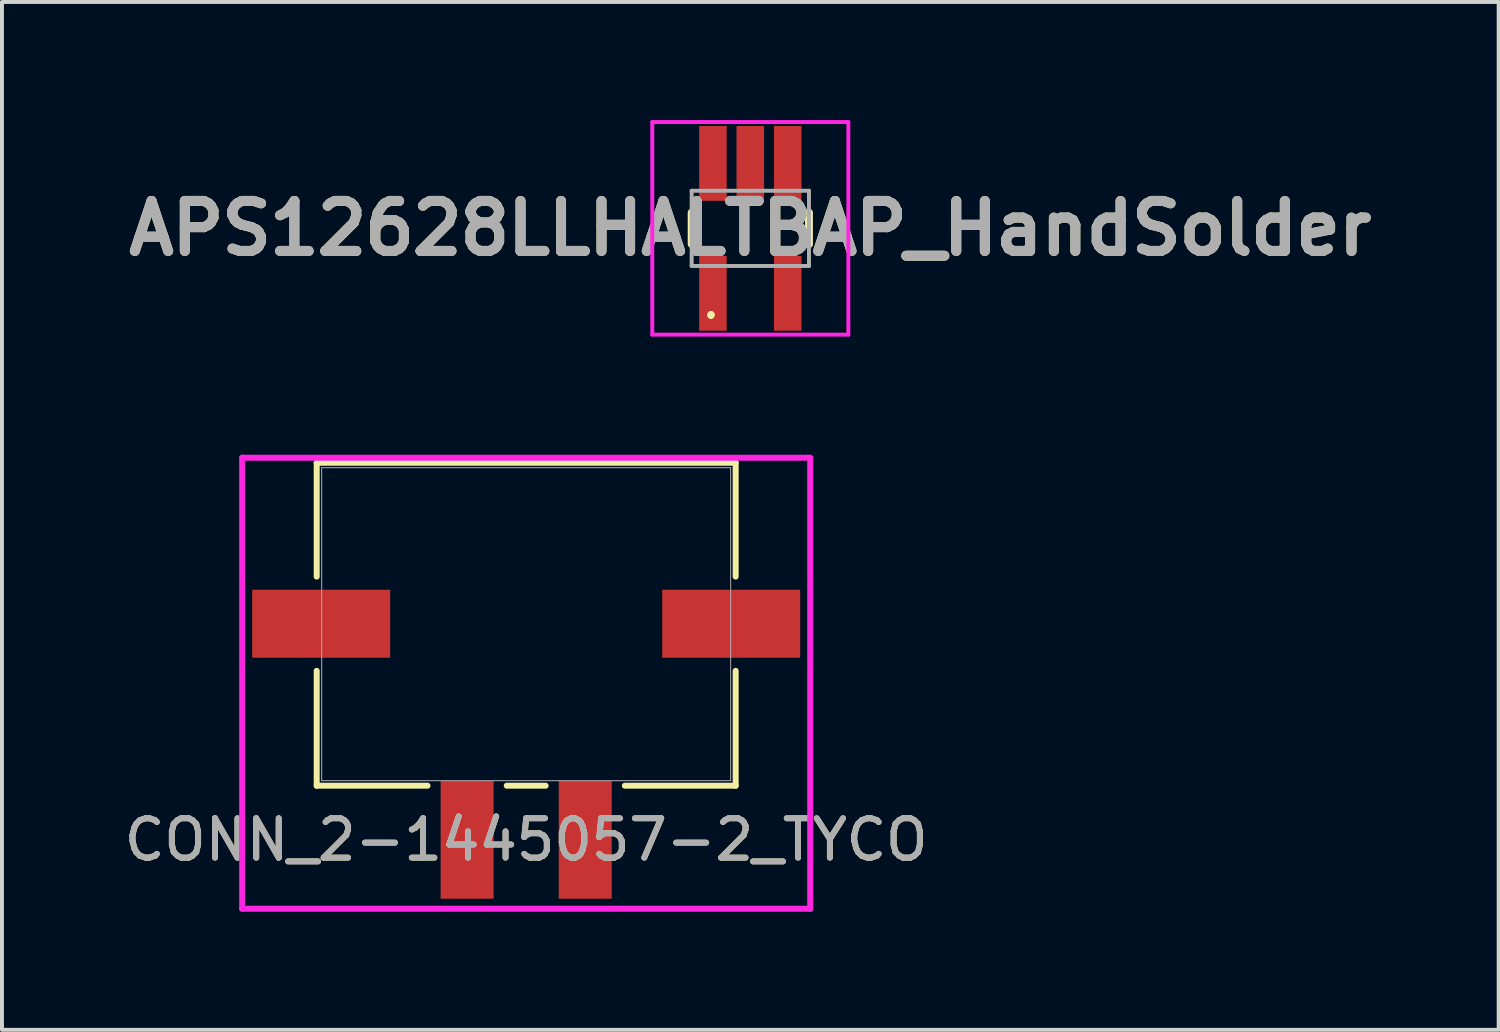
<source format=kicad_pcb>
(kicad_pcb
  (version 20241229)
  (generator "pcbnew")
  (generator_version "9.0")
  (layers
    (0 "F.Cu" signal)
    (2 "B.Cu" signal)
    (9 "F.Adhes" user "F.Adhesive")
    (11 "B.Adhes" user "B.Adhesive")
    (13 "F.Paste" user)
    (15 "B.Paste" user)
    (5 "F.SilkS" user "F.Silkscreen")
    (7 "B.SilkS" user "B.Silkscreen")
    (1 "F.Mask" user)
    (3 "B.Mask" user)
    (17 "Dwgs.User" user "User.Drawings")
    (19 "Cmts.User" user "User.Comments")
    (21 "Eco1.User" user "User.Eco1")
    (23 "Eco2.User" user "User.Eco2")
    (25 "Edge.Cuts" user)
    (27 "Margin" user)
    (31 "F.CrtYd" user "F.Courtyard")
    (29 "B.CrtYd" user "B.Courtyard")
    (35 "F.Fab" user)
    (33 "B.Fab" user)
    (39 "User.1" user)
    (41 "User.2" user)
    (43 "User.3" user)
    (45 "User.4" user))
  (footprint "CONN_2-1445057-2_TYCO"
    (layer "F.Cu")
    (at 8.815 18.279)
    (property "Reference" "CONN_2-1445057-2_TYCO" (at 1.5 0 0) (unlocked yes) (layer "F.SilkS") (effects (font (size 1 1) (thickness 0.15))))
    (attr smd)
    (fp_line (start -3.821 -9.576) (end -3.821 -6.683) (stroke (width 0.152) (type solid)) (layer "F.SilkS"))
    (fp_line (start -3.821 -4.29) (end -3.821 -1.372) (stroke (width 0.152) (type solid)) (layer "F.SilkS"))
    (fp_line (start -3.821 -1.372) (end -1.006 -1.372) (stroke (width 0.152) (type solid)) (layer "F.SilkS"))
    (fp_line (start 1.006 -1.372) (end 1.994 -1.372) (stroke (width 0.152) (type solid)) (layer "F.SilkS"))
    (fp_line (start 4.006 -1.372) (end 6.821 -1.372) (stroke (width 0.152) (type solid)) (layer "F.SilkS"))
    (fp_line (start 6.821 -9.576) (end -3.821 -9.576) (stroke (width 0.152) (type solid)) (layer "F.SilkS"))
    (fp_line (start 6.821 -6.683) (end 6.821 -9.576) (stroke (width 0.152) (type solid)) (layer "F.SilkS"))
    (fp_line (start 6.821 -1.372) (end 6.821 -4.29) (stroke (width 0.152) (type solid)) (layer "F.SilkS"))
    (fp_line (start -5.714 -9.703) (end -5.714 1.753) (stroke (width 0.152) (type solid)) (layer "F.CrtYd"))
    (fp_line (start -5.714 1.753) (end 8.714 1.753) (stroke (width 0.152) (type solid)) (layer "F.CrtYd"))
    (fp_line (start 8.714 -9.703) (end -5.714 -9.703) (stroke (width 0.152) (type solid)) (layer "F.CrtYd"))
    (fp_line (start 8.714 1.753) (end 8.714 -9.703) (stroke (width 0.152) (type solid)) (layer "F.CrtYd"))
    (fp_line (start -3.694 -9.449) (end -3.694 -1.499) (stroke (width 0.025) (type solid)) (layer "F.Fab"))
    (fp_line (start -3.694 -1.499) (end 6.694 -1.499) (stroke (width 0.025) (type solid)) (layer "F.Fab"))
    (fp_line (start 6.694 -9.449) (end -3.694 -9.449) (stroke (width 0.025) (type solid)) (layer "F.Fab"))
    (fp_line (start 6.694 -1.499) (end 6.694 -9.449) (stroke (width 0.025) (type solid)) (layer "F.Fab"))
    (fp_text user "${REFERENCE}" (at 1.5 0 0) (unlocked yes) (layer "F.Fab") (effects (font (size 1 1) (thickness 0.15))))
    (pad "1" smd rect (at 0 0) (size 1.346 2.997) (layers "F.Cu" "F.Mask" "F.Paste"))
    (pad "2" smd rect (at 3 0) (size 1.346 2.997) (layers "F.Cu" "F.Mask" "F.Paste"))
    (pad "7" smd rect (at -3.707 -5.486) (size 3.505 1.727) (layers "F.Cu" "F.Mask" "F.Paste"))
    (pad "8" smd rect (at 6.707 -5.486) (size 3.505 1.727) (layers "F.Cu" "F.Mask" "F.Paste")))
  (footprint "APS12628LLHALTBAP_HandSolder"
    (layer "F.Cu")
    (at 16.008 2.75)
    (property "Reference" "APS12628LLHALTBAP_HandSolder" (at 0 0 0) (layer "F.SilkS") (effects (font (size 1.27 1.27) (thickness 0.254))))
    (attr smd)
    (fp_line (start -1.49 -0.4) (end -1.49 0.4) (stroke (width 0.2) (type solid)) (layer "F.SilkS"))
    (fp_line (start -1 2.15) (end -1 2.15) (stroke (width 0.1) (type solid)) (layer "F.SilkS"))
    (fp_line (start -1 2.25) (end -1 2.25) (stroke (width 0.1) (type solid)) (layer "F.SilkS"))
    (fp_line (start 1.49 -0.4) (end 1.49 0.4) (stroke (width 0.2) (type solid)) (layer "F.SilkS"))
    (fp_arc (start -1 2.15) (mid -0.95 2.2) (end -1 2.25) (stroke (width 0.1) (type solid)) (layer "F.SilkS"))
    (fp_arc (start -1 2.25) (mid -1.05 2.2) (end -1 2.15) (stroke (width 0.1) (type solid)) (layer "F.SilkS"))
    (fp_line (start -2.49 -2.7) (end 2.49 -2.7) (stroke (width 0.1) (type solid)) (layer "F.CrtYd"))
    (fp_line (start -2.49 2.7) (end -2.49 -2.7) (stroke (width 0.1) (type solid)) (layer "F.CrtYd"))
    (fp_line (start 2.49 -2.7) (end 2.49 2.7) (stroke (width 0.1) (type solid)) (layer "F.CrtYd"))
    (fp_line (start 2.49 2.7) (end -2.49 2.7) (stroke (width 0.1) (type solid)) (layer "F.CrtYd"))
    (fp_line (start -1.49 -0.955) (end 1.49 -0.955) (stroke (width 0.1) (type solid)) (layer "F.Fab"))
    (fp_line (start -1.49 0.955) (end -1.49 -0.955) (stroke (width 0.1) (type solid)) (layer "F.Fab"))
    (fp_line (start 1.49 -0.955) (end 1.49 0.955) (stroke (width 0.1) (type solid)) (layer "F.Fab"))
    (fp_line (start 1.49 0.955) (end -1.49 0.955) (stroke (width 0.1) (type solid)) (layer "F.Fab"))
    (fp_text user "${REFERENCE}" (at 0 0 0) (layer "F.Fab") (effects (font (size 1.27 1.27) (thickness 0.254))))
    (pad "1" smd rect (at -0.95 1.65) (size 0.7 1.9) (layers "F.Cu" "F.Mask" "F.Paste"))
    (pad "2" smd rect (at 0.95 1.65) (size 0.7 1.9) (layers "F.Cu" "F.Mask" "F.Paste"))
    (pad "3" smd rect (at 0.95 -1.65) (size 0.7 1.9) (layers "F.Cu" "F.Mask" "F.Paste"))
    (pad "4" smd rect (at 0 -1.65) (size 0.7 1.9) (layers "F.Cu" "F.Mask" "F.Paste"))
    (pad "5" smd rect (at -0.95 -1.65) (size 0.7 1.9) (layers "F.Cu" "F.Mask" "F.Paste")))
  (gr_rect
    (start -3 -3)
    (end 35.016 23.108)
    (stroke (width 0.1) (type default))
    (fill no)
    (layer "Edge.Cuts")))
</source>
